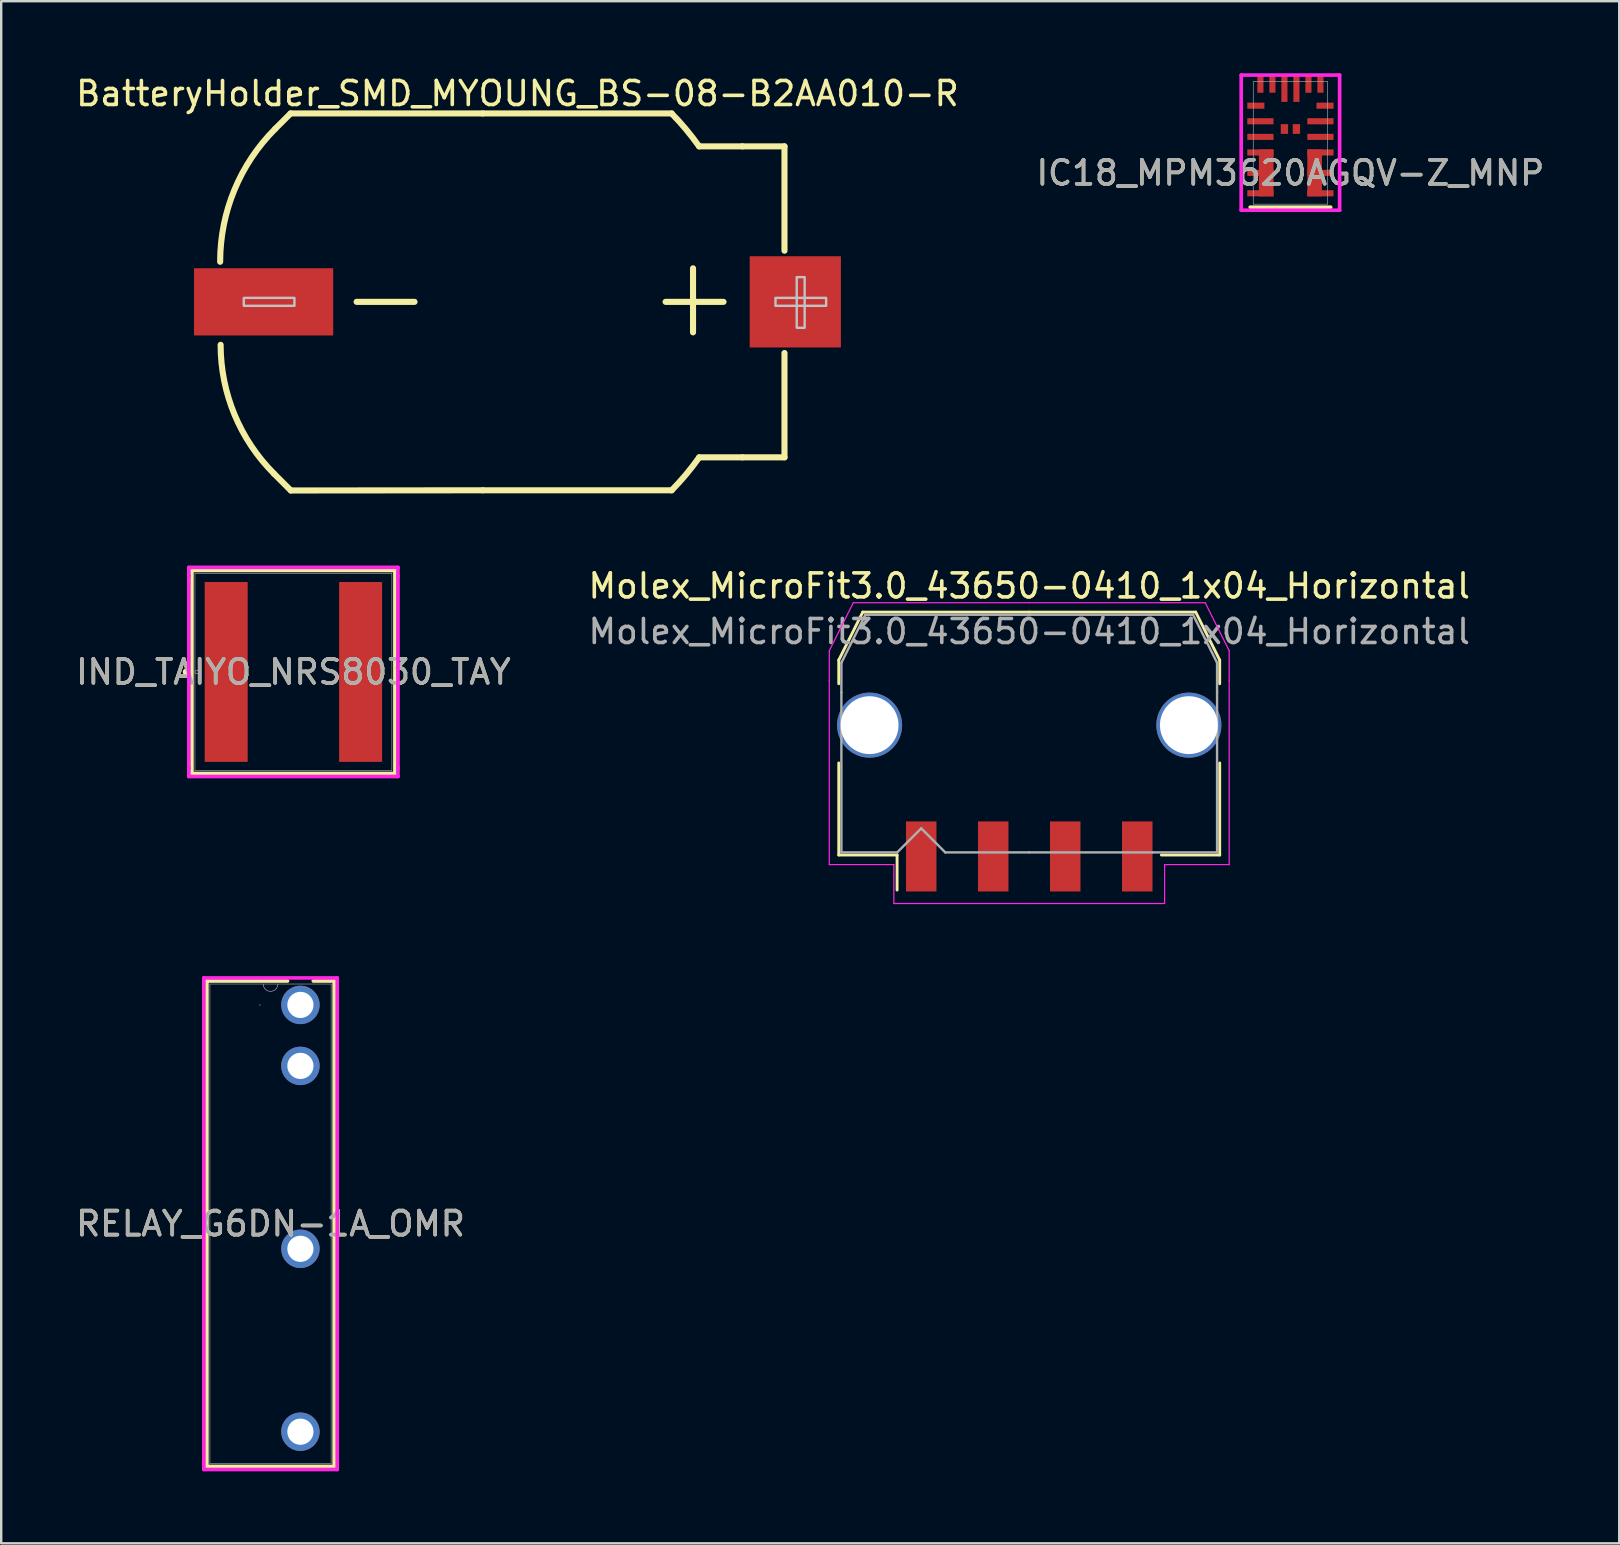
<source format=kicad_pcb>
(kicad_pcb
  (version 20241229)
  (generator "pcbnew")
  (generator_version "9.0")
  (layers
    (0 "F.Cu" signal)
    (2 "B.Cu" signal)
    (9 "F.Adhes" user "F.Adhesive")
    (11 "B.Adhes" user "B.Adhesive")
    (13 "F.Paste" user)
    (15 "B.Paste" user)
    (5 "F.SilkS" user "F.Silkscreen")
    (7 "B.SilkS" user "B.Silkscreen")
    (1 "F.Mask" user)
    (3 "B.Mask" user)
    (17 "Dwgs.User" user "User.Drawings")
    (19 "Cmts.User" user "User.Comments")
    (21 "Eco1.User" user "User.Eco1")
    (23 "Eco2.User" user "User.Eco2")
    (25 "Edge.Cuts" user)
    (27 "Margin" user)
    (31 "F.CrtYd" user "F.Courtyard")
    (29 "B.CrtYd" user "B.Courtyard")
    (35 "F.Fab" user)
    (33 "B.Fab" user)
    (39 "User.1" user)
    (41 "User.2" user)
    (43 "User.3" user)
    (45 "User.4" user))
  (footprint "Molex_MicroFit3.0_43650-0410_1x04_Horizontal"
    (layer "F.Cu")
    (at 39.827 27.509)
    (property "Reference" "Molex_MicroFit3.0_43650-0410_1x04_Horizontal" (at 0 -6.15 0) (layer "F.SilkS") (effects (font (size 1 1) (thickness 0.15))))
    (attr smd)
    (fp_line (start -7.935 -3.06) (end -7.935 -2.075) (stroke (width 0.12) (type solid)) (layer "F.SilkS"))
    (fp_line (start -7.935 1.225) (end -7.935 5.06) (stroke (width 0.12) (type solid)) (layer "F.SilkS"))
    (fp_line (start -7.935 5.06) (end -5.505 5.06) (stroke (width 0.12) (type solid)) (layer "F.SilkS"))
    (fp_line (start -6.935 -5.06) (end -7.935 -3.06) (stroke (width 0.12) (type solid)) (layer "F.SilkS"))
    (fp_line (start -5.505 5.06) (end -5.505 6.52) (stroke (width 0.12) (type solid)) (layer "F.SilkS"))
    (fp_line (start 0 -5.06) (end -6.935 -5.06) (stroke (width 0.12) (type solid)) (layer "F.SilkS"))
    (fp_line (start 0 -5.06) (end 6.935 -5.06) (stroke (width 0.12) (type solid)) (layer "F.SilkS"))
    (fp_line (start 6.935 -5.06) (end 7.935 -3.06) (stroke (width 0.12) (type solid)) (layer "F.SilkS"))
    (fp_line (start 7.935 -3.06) (end 7.935 -2.075) (stroke (width 0.12) (type solid)) (layer "F.SilkS"))
    (fp_line (start 7.935 1.225) (end 7.935 5.06) (stroke (width 0.12) (type solid)) (layer "F.SilkS"))
    (fp_line (start 7.935 5.06) (end 5.505 5.06) (stroke (width 0.12) (type solid)) (layer "F.SilkS"))
    (fp_line (start -8.33 -3.45) (end -8.33 -2.21) (stroke (width 0.05) (type solid)) (layer "F.CrtYd"))
    (fp_line (start -8.33 -2.21) (end -8.33 5.46) (stroke (width 0.05) (type solid)) (layer "F.CrtYd"))
    (fp_line (start -8.33 5.46) (end -5.64 5.46) (stroke (width 0.05) (type solid)) (layer "F.CrtYd"))
    (fp_line (start -7.33 -5.45) (end -8.33 -3.45) (stroke (width 0.05) (type solid)) (layer "F.CrtYd"))
    (fp_line (start -5.64 5.46) (end -5.64 7.08) (stroke (width 0.05) (type solid)) (layer "F.CrtYd"))
    (fp_line (start -5.64 7.08) (end 0 7.08) (stroke (width 0.05) (type solid)) (layer "F.CrtYd"))
    (fp_line (start 0 -5.45) (end -7.33 -5.45) (stroke (width 0.05) (type solid)) (layer "F.CrtYd"))
    (fp_line (start 0 -5.45) (end 7.33 -5.45) (stroke (width 0.05) (type solid)) (layer "F.CrtYd"))
    (fp_line (start 5.64 5.46) (end 5.64 7.08) (stroke (width 0.05) (type solid)) (layer "F.CrtYd"))
    (fp_line (start 5.64 7.08) (end 0 7.08) (stroke (width 0.05) (type solid)) (layer "F.CrtYd"))
    (fp_line (start 7.33 -5.45) (end 8.33 -3.45) (stroke (width 0.05) (type solid)) (layer "F.CrtYd"))
    (fp_line (start 8.33 -3.45) (end 8.33 -2.21) (stroke (width 0.05) (type solid)) (layer "F.CrtYd"))
    (fp_line (start 8.33 -2.21) (end 8.33 5.46) (stroke (width 0.05) (type solid)) (layer "F.CrtYd"))
    (fp_line (start 8.33 5.46) (end 5.64 5.46) (stroke (width 0.05) (type solid)) (layer "F.CrtYd"))
    (fp_line (start -7.825 -2.95) (end -7.825 -1.705) (stroke (width 0.1) (type solid)) (layer "F.Fab"))
    (fp_line (start -7.825 -1.705) (end -7.825 4.95) (stroke (width 0.1) (type solid)) (layer "F.Fab"))
    (fp_line (start -7.825 4.95) (end -5.5 4.95) (stroke (width 0.1) (type solid)) (layer "F.Fab"))
    (fp_line (start -6.825 -4.95) (end -7.825 -2.95) (stroke (width 0.1) (type solid)) (layer "F.Fab"))
    (fp_line (start -5.5 4.95) (end -4.5 3.95) (stroke (width 0.1) (type solid)) (layer "F.Fab"))
    (fp_line (start -4.5 3.95) (end -3.5 4.95) (stroke (width 0.1) (type solid)) (layer "F.Fab"))
    (fp_line (start -3.5 4.95) (end 0 4.95) (stroke (width 0.1) (type solid)) (layer "F.Fab"))
    (fp_line (start 0 -4.95) (end -6.825 -4.95) (stroke (width 0.1) (type solid)) (layer "F.Fab"))
    (fp_line (start 0 -4.95) (end 6.825 -4.95) (stroke (width 0.1) (type solid)) (layer "F.Fab"))
    (fp_line (start 5.135 4.95) (end 0 4.95) (stroke (width 0.1) (type solid)) (layer "F.Fab"))
    (fp_line (start 6.825 -4.95) (end 7.825 -2.95) (stroke (width 0.1) (type solid)) (layer "F.Fab"))
    (fp_line (start 7.825 -2.95) (end 7.825 -1.705) (stroke (width 0.1) (type solid)) (layer "F.Fab"))
    (fp_line (start 7.825 -1.705) (end 7.825 4.95) (stroke (width 0.1) (type solid)) (layer "F.Fab"))
    (fp_line (start 7.825 4.95) (end 5.135 4.95) (stroke (width 0.1) (type solid)) (layer "F.Fab"))
    (fp_text user "${REFERENCE}" (at 0 -4.25 0) (layer "F.Fab") (effects (font (size 1 1) (thickness 0.15))))
    (pad "1" smd rect (at -4.5 5.12) (size 1.27 2.92) (layers "F.Cu" "F.Mask" "F.Paste"))
    (pad "2" smd rect (at -1.5 5.12) (size 1.27 2.92) (layers "F.Cu" "F.Mask" "F.Paste"))
    (pad "3" smd rect (at 1.5 5.12) (size 1.27 2.92) (layers "F.Cu" "F.Mask" "F.Paste"))
    (pad "4" smd rect (at 4.5 5.12) (size 1.27 2.92) (layers "F.Cu" "F.Mask" "F.Paste"))
    (pad "MP" thru_hole circle (at -6.65 -0.35) (size 2.71 2.71) (drill 2.41) (property pad_prop_heatsink) (layers "*.Cu" "*.Mask"))
    (pad "MP" thru_hole circle (at 6.65 -0.35) (size 2.71 2.71) (drill 2.41) (property pad_prop_heatsink) (layers "*.Cu" "*.Mask")))
  (footprint "BatteryHolder_SMD_MYOUNG_BS-08-B2AA010-R"
    (layer "F.Cu")
    (at 19.006 9.525)
    (property "Reference" "BatteryHolder_SMD_MYOUNG_BS-08-B2AA010-R" (at -0.5 -8.677 0) (layer "F.SilkS") (effects (font (size 1 1) (thickness 0.15))))
    (fp_line (start -9.949 -7.85) (end -10.591 -7.208) (stroke (width 0.254) (type default)) (layer "F.SilkS"))
    (fp_line (start -9.941 7.858) (end -10.642 7.157) (stroke (width 0.254) (type default)) (layer "F.SilkS"))
    (fp_line (start -7.2 0) (end -4.787 0) (stroke (width 0.254) (type default)) (layer "F.SilkS"))
    (fp_line (start -1.948 -7.85) (end -9.949 -7.85) (stroke (width 0.254) (type default)) (layer "F.SilkS"))
    (fp_line (start -1.948 -7.85) (end 5.926 -7.85) (stroke (width 0.254) (type default)) (layer "F.SilkS"))
    (fp_line (start -1.948 7.85) (end -9.941 7.858) (stroke (width 0.254) (type default)) (layer "F.SilkS"))
    (fp_line (start -1.948 7.85) (end 5.926 7.85) (stroke (width 0.254) (type default)) (layer "F.SilkS"))
    (fp_line (start 5.672 0) (end 8.085 0) (stroke (width 0.254) (type default)) (layer "F.SilkS"))
    (fp_line (start 6.815 -1.397) (end 6.815 1.27) (stroke (width 0.254) (type default)) (layer "F.SilkS"))
    (fp_line (start 7.069 -6.477) (end 8.869 -6.477) (stroke (width 0.254) (type default)) (layer "F.SilkS"))
    (fp_line (start 7.069 6.477) (end 8.869 6.477) (stroke (width 0.254) (type default)) (layer "F.SilkS"))
    (fp_line (start 8.869 -6.477) (end 10.625 -6.477) (stroke (width 0.254) (type default)) (layer "F.SilkS"))
    (fp_line (start 10.625 -6.477) (end 10.625 -2.131) (stroke (width 0.254) (type default)) (layer "F.SilkS"))
    (fp_line (start 10.625 2.131) (end 10.625 6.477) (stroke (width 0.254) (type default)) (layer "F.SilkS"))
    (fp_line (start 10.625 6.477) (end 8.869 6.477) (stroke (width 0.254) (type default)) (layer "F.SilkS"))
    (fp_arc (start -12.885 -1.67) (mid -12.288795 -4.667149) (end -10.591 -7.208) (stroke (width 0.254) (type default)) (layer "F.SilkS"))
    (fp_arc (start -10.6415 7.157) (mid -12.286823 4.694599) (end -12.865 1.79) (stroke (width 0.254) (type default)) (layer "F.SilkS"))
    (fp_arc (start 5.924 -7.8475) (mid 6.523899 -7.185137) (end 7.069 -6.477) (stroke (width 0.254) (type default)) (layer "F.SilkS"))
    (fp_arc (start 7.072 6.479) (mid 6.526472 7.187471) (end 5.926 7.85) (stroke (width 0.254) (type default)) (layer "F.SilkS"))
    (fp_poly (pts (xy -11.9 -0.165) (xy -9.79 -0.165) (xy -9.79 0.165) (xy -11.9 0.165)) (stroke (width 0.1) (type default)) (fill no) (layer "Dwgs.User"))
    (fp_poly (pts (xy 10.25 -0.165) (xy 12.36 -0.165) (xy 12.36 0.165) (xy 10.25 0.165)) (stroke (width 0.1) (type default)) (fill no) (layer "Dwgs.User"))
    (fp_poly (pts (xy 11.135 1.08) (xy 11.135 -1.03) (xy 11.465 -1.03) (xy 11.465 1.08)) (stroke (width 0.1) (type default)) (fill no) (layer "Dwgs.User"))
    (fp_poly (pts (xy -13.075 -0.9) (xy -9.075 -0.9) (xy -9.075 0.9) (xy -13.075 0.9)) (stroke (width 0.1) (type default)) (fill no) (layer "User.1"))
    (fp_poly (pts (xy 10.403 1.4) (xy 10.403 -1.4) (xy 12.204 -1.4) (xy 12.204 1.4)) (stroke (width 0.1) (type default)) (fill no) (layer "User.1"))
    (fp_line (start -13.183 -1.067) (end -13.149 -1.101) (stroke (width 0.051) (type default)) (layer "User.2"))
    (fp_line (start -13.183 -0.372) (end -13.183 -1.067) (stroke (width 0.051) (type default)) (layer "User.2"))
    (fp_line (start -13.15 1.082) (end -13.183 -0.372) (stroke (width 0.051) (type default)) (layer "User.2"))
    (fp_line (start -13.149 -1.101) (end -12.989 -2.169) (stroke (width 0.051) (type default)) (layer "User.2"))
    (fp_line (start -12.989 -2.169) (end -12.093 -4.751) (stroke (width 0.051) (type default)) (layer "User.2"))
    (fp_line (start -12.989 2.15) (end -13.15 1.082) (stroke (width 0.051) (type default)) (layer "User.2"))
    (fp_line (start -12.36 4.229) (end -12.989 2.15) (stroke (width 0.051) (type default)) (layer "User.2"))
    (fp_line (start -12.093 -4.751) (end -10.992 -6.588) (stroke (width 0.051) (type default)) (layer "User.2"))
    (fp_line (start -11.341 6.141) (end -12.36 4.229) (stroke (width 0.051) (type default)) (layer "User.2"))
    (fp_line (start -10.992 -6.588) (end -9.97 -7.861) (stroke (width 0.051) (type default)) (layer "User.2"))
    (fp_line (start -9.97 -7.861) (end 5.87 -7.861) (stroke (width 0.051) (type default)) (layer "User.2"))
    (fp_line (start -9.97 7.839) (end -11.341 6.141) (stroke (width 0.051) (type default)) (layer "User.2"))
    (fp_line (start 5.87 -7.861) (end 7.011 -6.511) (stroke (width 0.051) (type default)) (layer "User.2"))
    (fp_line (start 5.87 7.839) (end -9.97 7.839) (stroke (width 0.051) (type default)) (layer "User.2"))
    (fp_line (start 7.011 -6.511) (end 10.9 -6.511) (stroke (width 0.051) (type default)) (layer "User.2"))
    (fp_line (start 7.011 6.489) (end 5.87 7.839) (stroke (width 0.051) (type default)) (layer "User.2"))
    (fp_line (start 7.011 6.489) (end 7.011 6.489) (stroke (width 0.051) (type default)) (layer "User.2"))
    (fp_line (start 10.9 -6.511) (end 10.9 -6.511) (stroke (width 0.051) (type default)) (layer "User.2"))
    (fp_line (start 10.9 -6.511) (end 10.9 6.489) (stroke (width 0.051) (type default)) (layer "User.2"))
    (fp_line (start 10.9 6.489) (end 10.9 6.489) (stroke (width 0.051) (type default)) (layer "User.2"))
    (fp_line (start 10.9 6.489) (end 7.011 6.489) (stroke (width 0.051) (type default)) (layer "User.2"))
    (fp_poly (pts (xy 12.259 -7.884) (xy 12.226 -7.916) (xy 12.181 -7.916) (xy 12.148 -7.884) (xy 12.148 -7.838) (xy 12.181 -7.806) (xy 12.226 -7.806) (xy 12.259 -7.838)) (stroke (width 0.1) (type default)) (fill no) (layer "User.3"))
    (pad "1" smd rect (at 11.075 0) (size 3.8 3.8) (layers "F.Cu" "F.Mask" "F.Paste"))
    (pad "2" smd rect (at -11.075 0) (size 5.8 2.8) (layers "F.Cu" "F.Mask" "F.Paste")))
  (footprint "IND_TAIYO_NRS8030_TAY"
    (layer "F.Cu")
    (at 9.173 24.943)
    (property "Reference" "IND_TAIYO_NRS8030_TAY" (at 0 0 0) (unlocked yes) (layer "F.SilkS") (effects (font (size 1 1) (thickness 0.15))))
    (attr smd)
    (fp_line (start -4.229 -4.229) (end -4.229 4.229) (stroke (width 0.152) (type solid)) (layer "F.SilkS"))
    (fp_line (start -4.229 4.229) (end 4.229 4.229) (stroke (width 0.152) (type solid)) (layer "F.SilkS"))
    (fp_line (start 4.229 -4.229) (end -4.229 -4.229) (stroke (width 0.152) (type solid)) (layer "F.SilkS"))
    (fp_line (start 4.229 4.229) (end 4.229 -4.229) (stroke (width 0.152) (type solid)) (layer "F.SilkS"))
    (fp_circle (center -4.458 0) (end -4.381 0) (stroke (width 0.152) (type solid)) (fill no) (layer "F.SilkS"))
    (fp_line (start -4.356 -4.356) (end 4.356 -4.356) (stroke (width 0.152) (type solid)) (layer "F.CrtYd"))
    (fp_line (start -4.356 -4) (end -4.356 -4.356) (stroke (width 0.152) (type solid)) (layer "F.CrtYd"))
    (fp_line (start -4.356 -4) (end -4.356 -4) (stroke (width 0.152) (type solid)) (layer "F.CrtYd"))
    (fp_line (start -4.356 4) (end -4.356 -4) (stroke (width 0.152) (type solid)) (layer "F.CrtYd"))
    (fp_line (start -4.356 4) (end -4.356 4) (stroke (width 0.152) (type solid)) (layer "F.CrtYd"))
    (fp_line (start -4.356 4.356) (end -4.356 4) (stroke (width 0.152) (type solid)) (layer "F.CrtYd"))
    (fp_line (start 4.356 -4.356) (end 4.356 -4) (stroke (width 0.152) (type solid)) (layer "F.CrtYd"))
    (fp_line (start 4.356 -4) (end 4.356 -4) (stroke (width 0.152) (type solid)) (layer "F.CrtYd"))
    (fp_line (start 4.356 -4) (end 4.356 4) (stroke (width 0.152) (type solid)) (layer "F.CrtYd"))
    (fp_line (start 4.356 4) (end 4.356 4) (stroke (width 0.152) (type solid)) (layer "F.CrtYd"))
    (fp_line (start 4.356 4) (end 4.356 4.356) (stroke (width 0.152) (type solid)) (layer "F.CrtYd"))
    (fp_line (start 4.356 4.356) (end -4.356 4.356) (stroke (width 0.152) (type solid)) (layer "F.CrtYd"))
    (fp_line (start -4.102 -4.102) (end -4.102 4.102) (stroke (width 0.025) (type solid)) (layer "F.Fab"))
    (fp_line (start -4.102 4.102) (end 4.102 4.102) (stroke (width 0.025) (type solid)) (layer "F.Fab"))
    (fp_line (start 4.102 -4.102) (end -4.102 -4.102) (stroke (width 0.025) (type solid)) (layer "F.Fab"))
    (fp_line (start 4.102 4.102) (end 4.102 -4.102) (stroke (width 0.025) (type solid)) (layer "F.Fab"))
    (fp_circle (center -4.026 0) (end -3.95 0) (stroke (width 0.025) (type solid)) (fill no) (layer "F.Fab"))
    (fp_text user "${REFERENCE}" (at 0 0 0) (unlocked yes) (layer "F.Fab") (effects (font (size 1 1) (thickness 0.15))))
    (pad "1" smd rect (at -2.8 0) (size 1.791 7.493) (layers "F.Cu" "F.Mask" "F.Paste"))
    (pad "2" smd rect (at 2.8 0) (size 1.791 7.493) (layers "F.Cu" "F.Mask" "F.Paste"))
    (zone (net_name "") (layer "F.Cu") (hatch full 0.508) (connect_pads) (min_thickness 0.254) (filled_areas_thickness no) (keepout (tracks not_allowed) (vias not_allowed) (pads allowed) (copperpour not_allowed) (footprints allowed)) (placement (enabled no)) (fill) (polygon (pts (xy 7.318 20.891) (xy 11.027 20.891) (xy 11.027 28.994) (xy 7.318 28.994)))))
  (footprint "IC18_MPM3620AGQV-Z_MNP"
    (layer "F.Cu")
    (at 50.708 2.902)
    (property "Reference" "IC18_MPM3620AGQV-Z_MNP" (at 0 1.25 0) (unlocked yes) (layer "F.SilkS") (effects (font (size 1 1) (thickness 0.15))))
    (attr smd)
    (fp_line (start -1.676 2.68) (end 1.676 2.68) (stroke (width 0.152) (type solid)) (layer "F.SilkS"))
    (fp_poly (pts (xy -1.314 2.228) (xy -0.704 2.228) (xy -0.704 0.272) (xy -1.314 0.272)) (stroke (width 0) (type solid)) (fill yes) (layer "F.Paste"))
    (fp_poly (pts (xy 0.704 0.273) (xy 1.314 0.272) (xy 1.314 2.228) (xy 0.704 2.228)) (stroke (width 0) (type solid)) (fill yes) (layer "F.Paste"))
    (fp_line (start -2.05 -2.825) (end -2.05 2.807) (stroke (width 0.152) (type solid)) (layer "F.CrtYd"))
    (fp_line (start -2.05 2.807) (end 2.05 2.807) (stroke (width 0.152) (type solid)) (layer "F.CrtYd"))
    (fp_line (start 2.05 -2.825) (end -2.05 -2.825) (stroke (width 0.152) (type solid)) (layer "F.CrtYd"))
    (fp_line (start 2.05 2.807) (end 2.05 -2.825) (stroke (width 0.152) (type solid)) (layer "F.CrtYd"))
    (fp_line (start -1.549 -2.553) (end -1.549 2.553) (stroke (width 0.025) (type solid)) (layer "F.Fab"))
    (fp_line (start -1.549 2.553) (end 1.549 2.553) (stroke (width 0.025) (type solid)) (layer "F.Fab"))
    (fp_line (start 1.549 -2.553) (end -1.549 -2.553) (stroke (width 0.025) (type solid)) (layer "F.Fab"))
    (fp_line (start 1.549 2.553) (end 1.549 -2.553) (stroke (width 0.025) (type solid)) (layer "F.Fab"))
    (fp_text user "${REFERENCE}" (at 0 1.25 0) (unlocked yes) (layer "F.Fab") (effects (font (size 1 1) (thickness 0.15))))
    (pad "1" smd rect (at -1.44 -1.55) (size 0.711 0.254) (layers "F.Cu" "F.Mask" "F.Paste"))
    (pad "2" smd rect (at -1.25 -0.9 90) (size 0.254 1.092) (layers "F.Cu" "F.Mask" "F.Paste"))
    (pad "3" smd rect (at -1.25 -0.25 90) (size 0.254 1.092) (layers "F.Cu" "F.Mask" "F.Paste"))
    (pad "4" smd rect (at -1.25 0.4) (size 1.092 0.254) (layers "F.Cu" "F.Mask" "F.Paste"))
    (pad "5" smd rect (at -1.25 1.25) (size 1.092 0.254) (layers "F.Cu" "F.Mask" "F.Paste"))
    (pad "6" smd rect (at -1.25 2.1) (size 1.092 0.254) (layers "F.Cu" "F.Mask" "F.Paste"))
    (pad "7" smd rect (at 1.25 2.1) (size 1.092 0.254) (layers "F.Cu" "F.Mask" "F.Paste"))
    (pad "8" smd rect (at 1.25 1.25) (size 1.092 0.254) (layers "F.Cu" "F.Mask" "F.Paste"))
    (pad "9" smd rect (at 1.25 0.4) (size 1.092 0.254) (layers "F.Cu" "F.Mask" "F.Paste"))
    (pad "10" smd rect (at 1.25 -0.25 90) (size 0.254 1.092) (layers "F.Cu" "F.Mask" "F.Paste"))
    (pad "11" smd rect (at 1.25 -0.9 90) (size 0.254 1.092) (layers "F.Cu" "F.Mask" "F.Paste"))
    (pad "12" smd rect (at 1.441 -1.55) (size 0.711 0.254) (layers "F.Cu" "F.Mask" "F.Paste"))
    (pad "13" smd rect (at 1.25 -2.444 90) (size 0.711 0.254) (layers "F.Cu" "F.Mask" "F.Paste"))
    (pad "14" smd rect (at 0.75 -2.444 90) (size 0.711 0.254) (layers "F.Cu" "F.Mask" "F.Paste"))
    (pad "15" smd rect (at 0.25 -2.254 90) (size 1.092 0.254) (layers "F.Cu" "F.Mask" "F.Paste"))
    (pad "16" smd rect (at -0.25 -2.254 90) (size 1.092 0.254) (layers "F.Cu" "F.Mask" "F.Paste"))
    (pad "17" smd rect (at -0.75 -2.444 90) (size 0.711 0.254) (layers "F.Cu" "F.Mask" "F.Paste"))
    (pad "18" smd rect (at -1.25 -2.444 90) (size 0.711 0.254) (layers "F.Cu" "F.Mask" "F.Paste"))
    (pad "19" smd rect (at -0.25 -0.578) (size 0.305 0.406) (layers "F.Cu" "F.Mask" "F.Paste"))
    (pad "20" smd rect (at 0.25 -0.578) (size 0.305 0.406) (layers "F.Cu" "F.Mask" "F.Paste"))
    (pad "21" smd rect (at -1.009 1.25) (size 0.61 1.956) (layers "F.Cu" "F.Mask" "F.Paste"))
    (pad "22" smd rect (at 1.009 1.25) (size 0.61 1.955) (layers "F.Cu" "F.Mask" "F.Paste")))
  (footprint "RELAY_G6DN-1A_OMR"
    (layer "F.Cu")
    (at 9.465 38.814)
    (property "Reference" "RELAY_G6DN-1A_OMR" (at -1.245 9.115 0) (unlocked yes) (layer "F.SilkS") (effects (font (size 1 1) (thickness 0.15))))
    (attr through_hole)
    (fp_line (start -3.897 -0.997) (end -3.897 19.227) (stroke (width 0.152) (type solid)) (layer "F.SilkS"))
    (fp_line (start -3.897 19.227) (end 1.407 19.227) (stroke (width 0.152) (type solid)) (layer "F.SilkS"))
    (fp_line (start -0.538 -0.997) (end -3.897 -0.997) (stroke (width 0.152) (type solid)) (layer "F.SilkS"))
    (fp_line (start 1.407 -0.997) (end 0.538 -0.997) (stroke (width 0.152) (type solid)) (layer "F.SilkS"))
    (fp_line (start 1.407 19.227) (end 1.407 -0.997) (stroke (width 0.152) (type solid)) (layer "F.SilkS"))
    (fp_line (start -4.024 -1.124) (end 1.534 -1.124) (stroke (width 0.152) (type solid)) (layer "F.CrtYd"))
    (fp_line (start -4.024 19.354) (end -4.024 -1.124) (stroke (width 0.152) (type solid)) (layer "F.CrtYd"))
    (fp_line (start 1.534 -1.124) (end 1.534 19.354) (stroke (width 0.152) (type solid)) (layer "F.CrtYd"))
    (fp_line (start 1.534 19.354) (end -4.024 19.354) (stroke (width 0.152) (type solid)) (layer "F.CrtYd"))
    (fp_line (start -3.77 -0.87) (end -3.77 19.1) (stroke (width 0.025) (type solid)) (layer "F.Fab"))
    (fp_line (start -3.77 19.1) (end 1.28 19.1) (stroke (width 0.025) (type solid)) (layer "F.Fab"))
    (fp_line (start 1.28 -0.87) (end -3.77 -0.87) (stroke (width 0.025) (type solid)) (layer "F.Fab"))
    (fp_line (start 1.28 19.1) (end 1.28 -0.87) (stroke (width 0.025) (type solid)) (layer "F.Fab"))
    (fp_arc (start -0.940199 -0.870001) (mid -1.244999 -0.565201) (end -1.549799 -0.870001) (stroke (width 0.0254) (type solid)) (layer "F.Fab"))
    (fp_circle (center -1.69 0) (end -1.69 0) (stroke (width 0.025) (type solid)) (fill no) (layer "F.Fab"))
    (fp_text user "${REFERENCE}" (at -1.245 9.115 0) (unlocked yes) (layer "F.Fab") (effects (font (size 1 1) (thickness 0.15))))
    (pad "1" thru_hole circle (at 0 0) (size 1.6 1.6) (drill 1.092) (layers "*.Cu" "*.Mask"))
    (pad "2" thru_hole circle (at 0 2.54) (size 1.6 1.6) (drill 1.092) (layers "*.Cu" "*.Mask"))
    (pad "5" thru_hole circle (at 0 10.16) (size 1.6 1.6) (drill 1.092) (layers "*.Cu" "*.Mask"))
    (pad "8" thru_hole circle (at 0 17.78) (size 1.6 1.6) (drill 1.092) (layers "*.Cu" "*.Mask")))
  (gr_rect
    (start -3 -3)
    (end 64.405 61.244)
    (stroke (width 0.1) (type default))
    (fill no)
    (layer "Edge.Cuts")))
</source>
